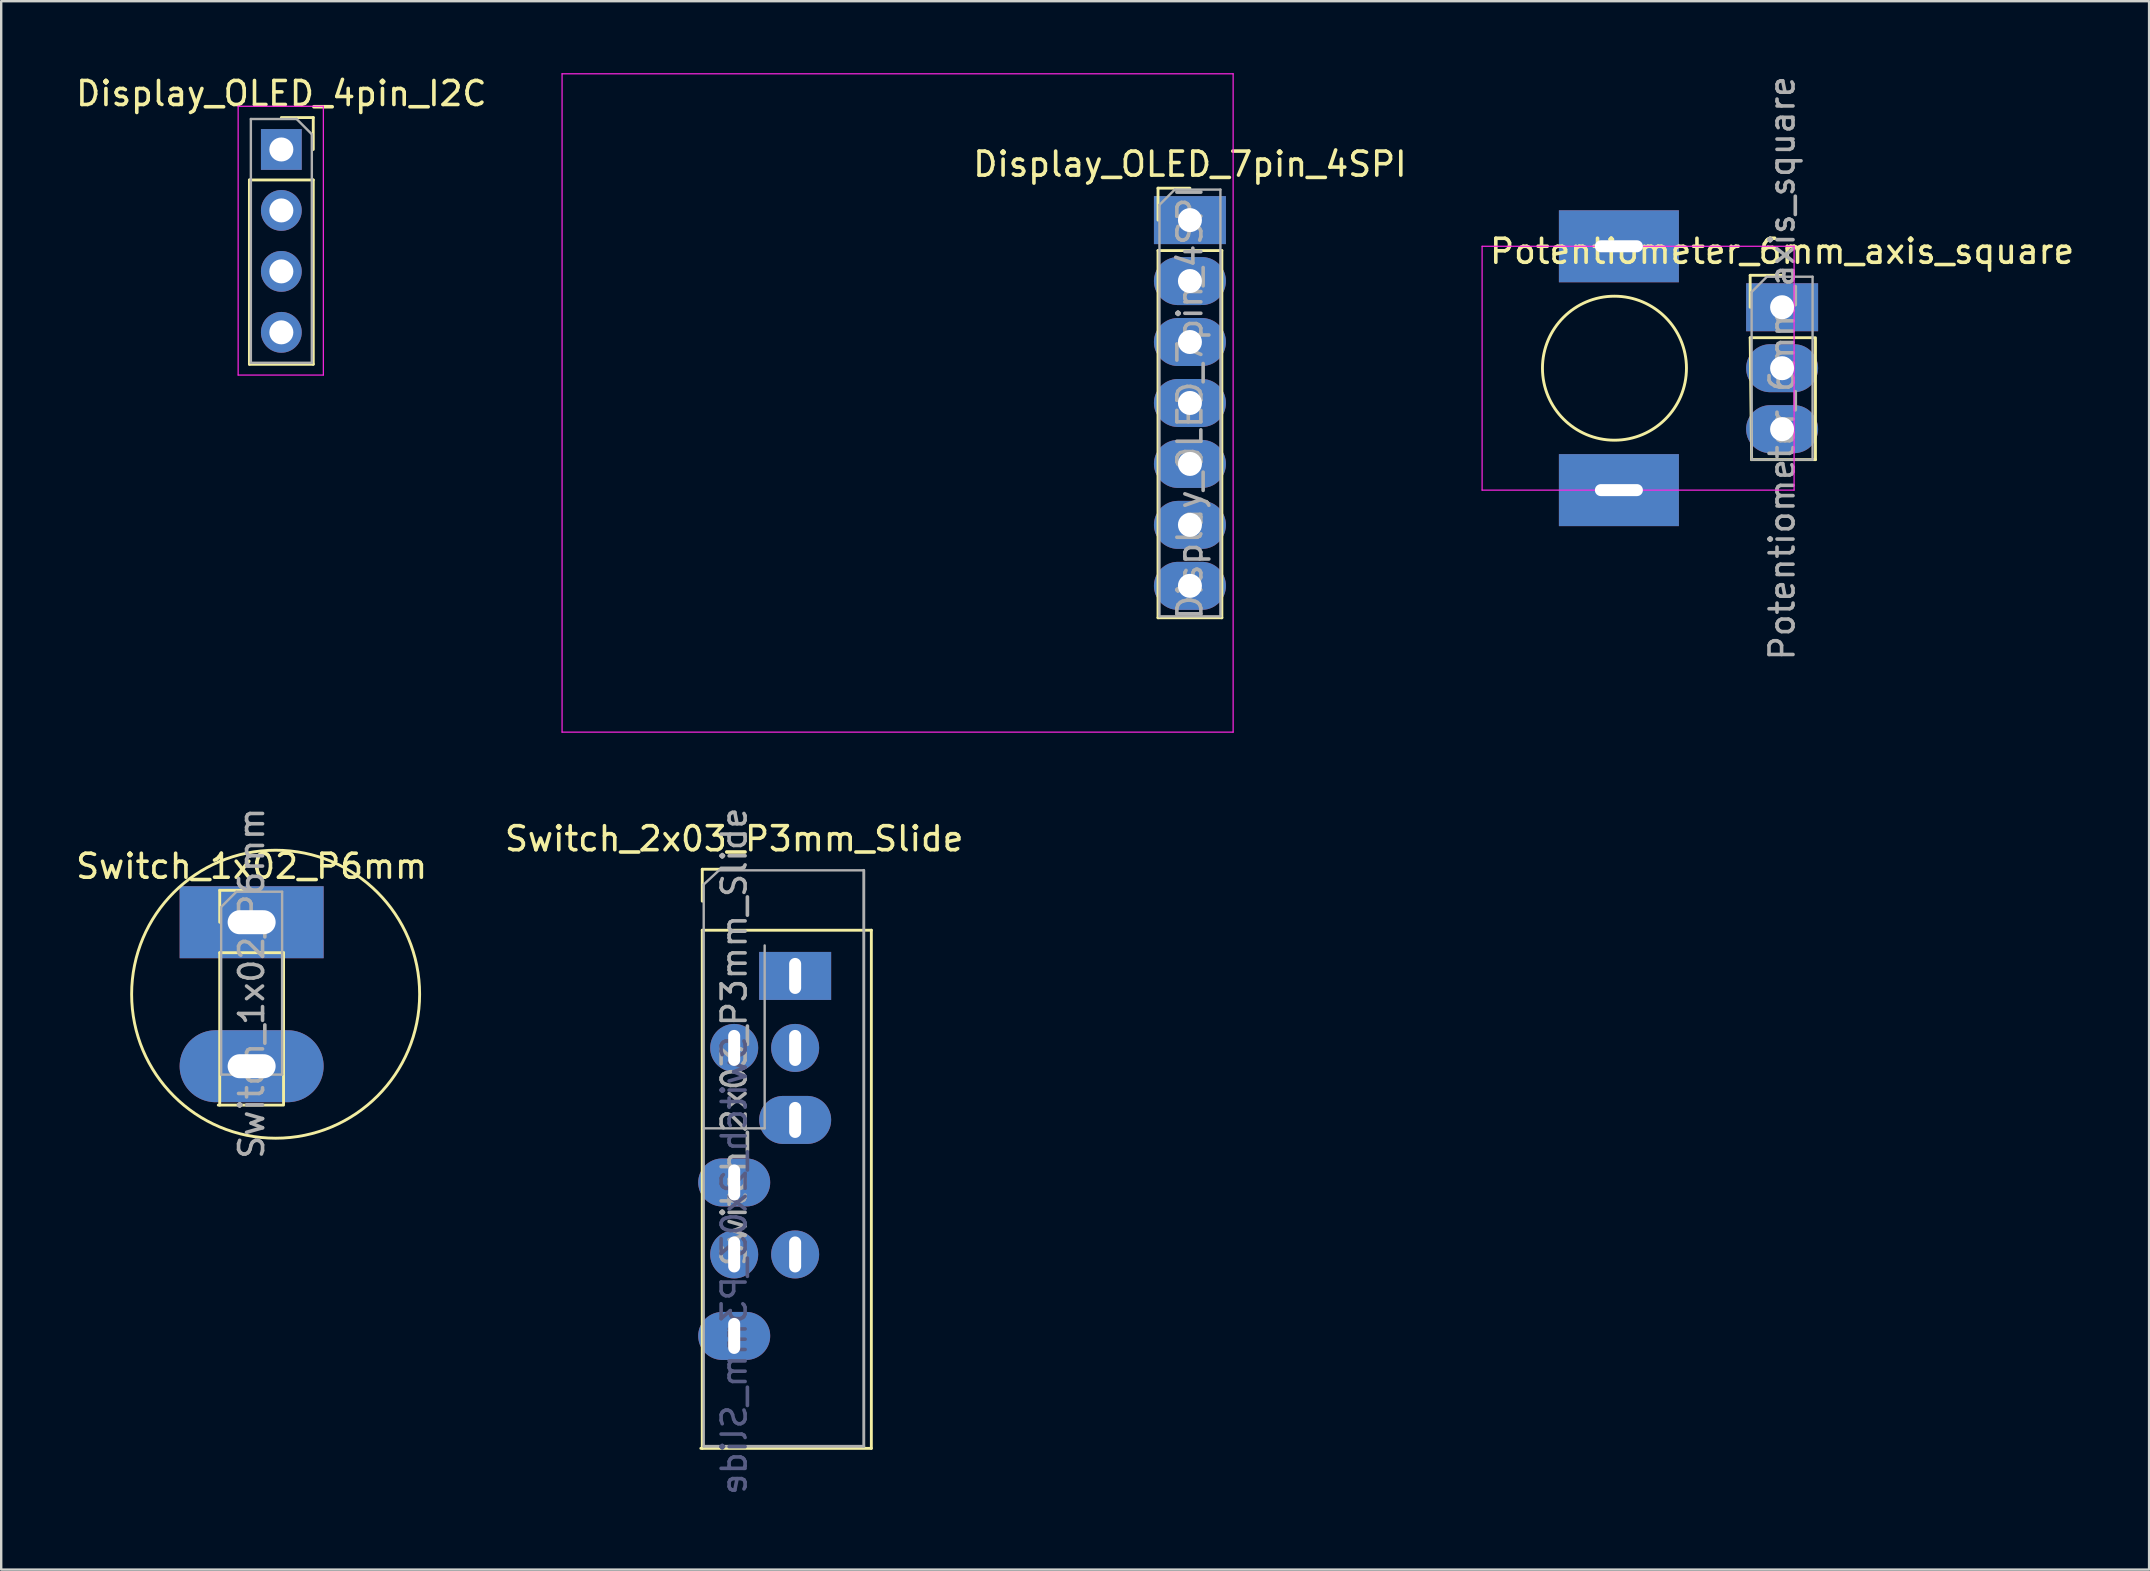
<source format=kicad_pcb>
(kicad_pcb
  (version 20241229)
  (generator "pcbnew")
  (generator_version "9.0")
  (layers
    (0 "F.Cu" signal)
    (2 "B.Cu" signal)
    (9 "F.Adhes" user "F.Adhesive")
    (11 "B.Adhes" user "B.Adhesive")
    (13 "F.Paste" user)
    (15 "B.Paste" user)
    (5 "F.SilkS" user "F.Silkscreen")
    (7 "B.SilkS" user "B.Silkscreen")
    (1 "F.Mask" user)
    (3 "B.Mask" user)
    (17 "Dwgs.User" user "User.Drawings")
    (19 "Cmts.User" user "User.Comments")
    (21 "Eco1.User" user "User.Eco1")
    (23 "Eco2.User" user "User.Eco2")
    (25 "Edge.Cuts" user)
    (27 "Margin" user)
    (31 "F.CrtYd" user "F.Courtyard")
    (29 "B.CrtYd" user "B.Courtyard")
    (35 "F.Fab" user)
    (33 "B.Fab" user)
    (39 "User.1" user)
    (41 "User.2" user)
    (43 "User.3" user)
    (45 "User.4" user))
  (footprint "Switch_2x03_P3mm_Slide"
    (layer "F.Cu")
    (at 27.542 37.615)
    (property "Reference" "Switch_2x03_P3mm_Slide" (at 0 -5.715 0) (layer "F.SilkS") (effects (font (size 1 1) (thickness 0.15))))
    (attr through_hole)
    (fp_line (start -1.39 19.685) (end 5.715 19.685) (stroke (width 0.12) (type solid)) (layer "F.SilkS"))
    (fp_line (start -1.33 -4.445) (end 0 -4.445) (stroke (width 0.12) (type solid)) (layer "F.SilkS"))
    (fp_line (start -1.33 -3.115) (end -1.33 -4.445) (stroke (width 0.12) (type solid)) (layer "F.SilkS"))
    (fp_line (start -1.33 -1.905) (end -1.33 19.685) (stroke (width 0.12) (type solid)) (layer "F.SilkS"))
    (fp_line (start -1.33 -1.905) (end 5.715 -1.905) (stroke (width 0.12) (type solid)) (layer "F.SilkS"))
    (fp_line (start 5.715 -1.905) (end 5.715 19.685) (stroke (width 0.12) (type solid)) (layer "F.SilkS"))
    (fp_line (start -1.27 -3.81) (end -0.635 -4.4) (stroke (width 0.1) (type solid)) (layer "F.Fab"))
    (fp_line (start -1.27 19.6) (end -1.27 -3.81) (stroke (width 0.1) (type solid)) (layer "F.Fab"))
    (fp_line (start -1.27 19.6) (end 5.4 19.6) (stroke (width 0.12) (type solid)) (layer "F.Fab"))
    (fp_line (start -0.635 -4.4) (end 5.4 -4.4) (stroke (width 0.1) (type solid)) (layer "F.Fab"))
    (fp_line (start 1.27 -1.27) (end 1.27 6.35) (stroke (width 0.1) (type solid)) (layer "F.Fab"))
    (fp_line (start 1.27 6.35) (end -1.27 6.35) (stroke (width 0.1) (type solid)) (layer "F.Fab"))
    (fp_line (start 5.4 -4.4) (end 5.4 19.6) (stroke (width 0.12) (type solid)) (layer "F.Fab"))
    (fp_text user "${REFERENCE}" (at 0 12.065 270) (layer "B.Fab") (effects (font (size 1 1) (thickness 0.15)) (justify mirror)))
    (fp_text user "${REFERENCE}" (at 0 2.54 90) (layer "F.Fab") (effects (font (size 1 1) (thickness 0.15))))
    (pad "1" thru_hole rect (at 2.54 0 180) (size 3 2) (drill oval 0.5 1.5) (layers "*.Cu" "*.Mask"))
    (pad "2" thru_hole oval (at 2.54 3 90) (size 2 2) (drill oval 1.5 0.5) (layers "*.Cu" "*.Mask"))
    (pad "3" thru_hole oval (at 0 3 90) (size 2 2) (drill oval 1.5 0.5) (layers "*.Cu" "*.Mask"))
    (pad "4" thru_hole oval (at 2.54 6 90) (size 2 3) (drill oval 1.5 0.5) (layers "*.Cu" "*.Mask"))
    (pad "5" thru_hole oval (at 0 8.605 270) (size 2 3) (drill oval 1.5 0.5) (layers "*.Cu" "*.Mask"))
    (pad "6" thru_hole oval (at 0 11.605 270) (size 2 2) (drill oval 1.5 0.5) (layers "*.Cu" "*.Mask"))
    (pad "7" thru_hole oval (at 2.54 11.605 270) (size 2 2) (drill oval 1.5 0.5) (layers "*.Cu" "*.Mask"))
    (pad "8" thru_hole oval (at 0 15 270) (size 2 3) (drill oval 1.5 0.5) (layers "*.Cu" "*.Mask")))
  (footprint "Display_OLED_4pin_I2C"
    (layer "F.Cu")
    (at 8.673 3.178)
    (property "Reference" "Display_OLED_4pin_I2C" (at 0 -2.33 0) (layer "F.SilkS") (effects (font (size 1 1) (thickness 0.15))))
    (attr through_hole)
    (fp_line (start -1.33 1.27) (end -1.33 8.95) (stroke (width 0.12) (type solid)) (layer "F.SilkS"))
    (fp_line (start -1.33 1.27) (end 1.33 1.27) (stroke (width 0.12) (type solid)) (layer "F.SilkS"))
    (fp_line (start -1.33 8.95) (end 1.33 8.95) (stroke (width 0.12) (type solid)) (layer "F.SilkS"))
    (fp_line (start 0 -1.33) (end 1.33 -1.33) (stroke (width 0.12) (type solid)) (layer "F.SilkS"))
    (fp_line (start 1.33 -1.33) (end 1.33 0) (stroke (width 0.12) (type solid)) (layer "F.SilkS"))
    (fp_line (start 1.33 1.27) (end 1.33 8.95) (stroke (width 0.12) (type solid)) (layer "F.SilkS"))
    (fp_line (start -1.8 -1.8) (end 1.75 -1.8) (stroke (width 0.05) (type solid)) (layer "F.CrtYd"))
    (fp_line (start -1.8 9.4) (end -1.8 -1.8) (stroke (width 0.05) (type solid)) (layer "F.CrtYd"))
    (fp_line (start 1.75 -1.8) (end 1.75 9.4) (stroke (width 0.05) (type solid)) (layer "F.CrtYd"))
    (fp_line (start 1.75 9.4) (end -1.8 9.4) (stroke (width 0.05) (type solid)) (layer "F.CrtYd"))
    (fp_line (start -1.27 -1.27) (end 0.635 -1.27) (stroke (width 0.1) (type solid)) (layer "F.Fab"))
    (fp_line (start -1.27 8.89) (end -1.27 -1.27) (stroke (width 0.1) (type solid)) (layer "F.Fab"))
    (fp_line (start 0.635 -1.27) (end 1.27 -0.635) (stroke (width 0.1) (type solid)) (layer "F.Fab"))
    (fp_line (start 1.27 -0.635) (end 1.27 8.89) (stroke (width 0.1) (type solid)) (layer "F.Fab"))
    (fp_line (start 1.27 8.89) (end -1.27 8.89) (stroke (width 0.1) (type solid)) (layer "F.Fab"))
    (pad "1" thru_hole rect (at 0 0) (size 1.7 1.7) (drill 1) (layers "*.Cu" "*.Mask"))
    (pad "2" thru_hole oval (at 0 2.54) (size 1.7 1.7) (drill 1) (layers "*.Cu" "*.Mask"))
    (pad "3" thru_hole oval (at 0 5.08) (size 1.7 1.7) (drill 1) (layers "*.Cu" "*.Mask"))
    (pad "4" thru_hole oval (at 0 7.62) (size 1.7 1.7) (drill 1) (layers "*.Cu" "*.Mask")))
  (footprint "Potentiometer_6mm_axis_square"
    (layer "F.Cu")
    (at 71.206 9.752)
    (property "Reference" "Potentiometer_6mm_axis_square" (at 0 -2.33 0) (layer "F.SilkS") (effects (font (size 1 1) (thickness 0.15))))
    (attr through_hole)
    (fp_line (start -1.33 -1.33) (end 0 -1.33) (stroke (width 0.12) (type solid)) (layer "F.SilkS"))
    (fp_line (start -1.33 0) (end -1.33 -1.33) (stroke (width 0.12) (type solid)) (layer "F.SilkS"))
    (fp_line (start -1.33 1.27) (end -1.27 6.35) (stroke (width 0.12) (type solid)) (layer "F.SilkS"))
    (fp_line (start -1.33 1.27) (end 1.33 1.27) (stroke (width 0.12) (type solid)) (layer "F.SilkS"))
    (fp_line (start -1.27 6.35) (end 1.39 6.35) (stroke (width 0.12) (type solid)) (layer "F.SilkS"))
    (fp_line (start 1.39 1.27) (end 1.39 6.35) (stroke (width 0.12) (type solid)) (layer "F.SilkS"))
    (fp_circle (center -6.985 2.54) (end -3.985 2.54) (stroke (width 0.12) (type solid)) (fill no) (layer "F.SilkS"))
    (fp_line (start -12.5 -2.54) (end -12.5 7.62) (stroke (width 0.05) (type solid)) (layer "F.CrtYd"))
    (fp_line (start -12.5 7.62) (end 0.5 7.62) (stroke (width 0.05) (type solid)) (layer "F.CrtYd"))
    (fp_line (start 0.5 -2.54) (end -12.5 -2.54) (stroke (width 0.05) (type solid)) (layer "F.CrtYd"))
    (fp_line (start 0.5 -2.54) (end 0.5 7.62) (stroke (width 0.05) (type solid)) (layer "F.CrtYd"))
    (fp_line (start -1.27 -0.635) (end -0.635 -1.27) (stroke (width 0.1) (type solid)) (layer "F.Fab"))
    (fp_line (start -1.27 6.35) (end -1.27 -0.635) (stroke (width 0.1) (type solid)) (layer "F.Fab"))
    (fp_line (start -0.635 -1.27) (end 1.27 -1.27) (stroke (width 0.1) (type solid)) (layer "F.Fab"))
    (fp_line (start 1.27 -1.27) (end 1.27 6.35) (stroke (width 0.1) (type solid)) (layer "F.Fab"))
    (fp_line (start 1.27 6.35) (end -1.27 6.35) (stroke (width 0.1) (type solid)) (layer "F.Fab"))
    (fp_text user "${REFERENCE}" (at 0 2.54 90) (layer "F.Fab") (effects (font (size 1 1) (thickness 0.15))))
    (pad "" np_thru_hole rect (at -6.8 -2.54) (size 5 3) (drill oval 2 0.5) (layers "*.Cu" "*.Mask"))
    (pad "" np_thru_hole rect (at -6.8 7.62) (size 5 3) (drill oval 2 0.5) (layers "*.Cu" "*.Mask"))
    (pad "1" thru_hole rect (at 0 0) (size 3 2) (drill 1) (layers "*.Cu" "*.Mask"))
    (pad "2" thru_hole oval (at 0 2.54) (size 3 2) (drill 1) (layers "*.Cu" "*.Mask"))
    (pad "3" thru_hole oval (at 0 5.08) (size 3 2) (drill 1) (layers "*.Cu" "*.Mask")))
  (footprint "Switch_1x02_P6mm"
    (layer "F.Cu")
    (at 7.435 35.377)
    (property "Reference" "Switch_1x02_P6mm" (at 0 -2.33 0) (layer "F.SilkS") (effects (font (size 1 1) (thickness 0.15))))
    (attr through_hole)
    (fp_line (start -1.39 7.62) (end 1.27 7.62) (stroke (width 0.12) (type solid)) (layer "F.SilkS"))
    (fp_line (start -1.33 -1.33) (end 0 -1.33) (stroke (width 0.12) (type solid)) (layer "F.SilkS"))
    (fp_line (start -1.33 0) (end -1.33 -1.33) (stroke (width 0.12) (type solid)) (layer "F.SilkS"))
    (fp_line (start -1.33 1.27) (end -1.33 7.62) (stroke (width 0.12) (type solid)) (layer "F.SilkS"))
    (fp_line (start -1.33 1.27) (end 1.33 1.27) (stroke (width 0.12) (type solid)) (layer "F.SilkS"))
    (fp_line (start 1.33 1.27) (end 1.33 7.62) (stroke (width 0.12) (type solid)) (layer "F.SilkS"))
    (fp_circle (center 1 3) (end 7 3) (stroke (width 0.12) (type solid)) (fill no) (layer "F.SilkS"))
    (fp_line (start -1.27 -0.635) (end -0.635 -1.27) (stroke (width 0.1) (type solid)) (layer "F.Fab"))
    (fp_line (start -1.27 6.35) (end -1.27 -0.635) (stroke (width 0.1) (type solid)) (layer "F.Fab"))
    (fp_line (start -0.635 -1.27) (end 1.27 -1.27) (stroke (width 0.1) (type solid)) (layer "F.Fab"))
    (fp_line (start 1.27 -1.27) (end 1.27 6.35) (stroke (width 0.1) (type solid)) (layer "F.Fab"))
    (fp_line (start 1.27 6.35) (end -1.27 6.35) (stroke (width 0.1) (type solid)) (layer "F.Fab"))
    (fp_text user "${REFERENCE}" (at 0 2.54 90) (layer "F.Fab") (effects (font (size 1 1) (thickness 0.15))))
    (pad "1" thru_hole rect (at 0 0) (size 6 3) (drill oval 2 1) (layers "*.Cu" "*.Mask"))
    (pad "2" thru_hole oval (at 0 6) (size 6 3) (drill oval 2 1) (layers "*.Cu" "*.Mask")))
  (footprint "Display_OLED_7pin_4SPI"
    (layer "F.Cu")
    (at 46.532 6.121)
    (property "Reference" "Display_OLED_7pin_4SPI" (at 0 -2.33 0) (layer "F.SilkS") (effects (font (size 1 1) (thickness 0.15))))
    (attr through_hole)
    (fp_line (start -1.33 -1.33) (end 0 -1.33) (stroke (width 0.12) (type solid)) (layer "F.SilkS"))
    (fp_line (start -1.33 0) (end -1.33 -1.33) (stroke (width 0.12) (type solid)) (layer "F.SilkS"))
    (fp_line (start -1.33 1.27) (end -1.33 16.57) (stroke (width 0.12) (type solid)) (layer "F.SilkS"))
    (fp_line (start -1.33 1.27) (end 1.33 1.27) (stroke (width 0.12) (type solid)) (layer "F.SilkS"))
    (fp_line (start -1.33 16.57) (end 1.33 16.57) (stroke (width 0.12) (type solid)) (layer "F.SilkS"))
    (fp_line (start 1.33 1.27) (end 1.33 16.57) (stroke (width 0.12) (type solid)) (layer "F.SilkS"))
    (fp_line (start -26.162 -6.096) (end -26.162 21.336) (stroke (width 0.05) (type solid)) (layer "F.CrtYd"))
    (fp_line (start -26.162 21.336) (end 1.8 21.336) (stroke (width 0.05) (type solid)) (layer "F.CrtYd"))
    (fp_line (start 1.8 -6.096) (end -26.162 -6.096) (stroke (width 0.05) (type solid)) (layer "F.CrtYd"))
    (fp_line (start 1.8 21.336) (end 1.8 -6.096) (stroke (width 0.05) (type solid)) (layer "F.CrtYd"))
    (fp_line (start -1.27 -0.635) (end -0.635 -1.27) (stroke (width 0.1) (type solid)) (layer "F.Fab"))
    (fp_line (start -1.27 16.51) (end -1.27 -0.635) (stroke (width 0.1) (type solid)) (layer "F.Fab"))
    (fp_line (start -0.635 -1.27) (end 1.27 -1.27) (stroke (width 0.1) (type solid)) (layer "F.Fab"))
    (fp_line (start 1.27 -1.27) (end 1.27 16.51) (stroke (width 0.1) (type solid)) (layer "F.Fab"))
    (fp_line (start 1.27 16.51) (end -1.27 16.51) (stroke (width 0.1) (type solid)) (layer "F.Fab"))
    (fp_text user "${REFERENCE}" (at 0 7.62 90) (layer "F.Fab") (effects (font (size 1 1) (thickness 0.15))))
    (pad "1" thru_hole rect (at 0 0) (size 3 2) (drill 1) (layers "*.Cu" "*.Mask"))
    (pad "2" thru_hole oval (at 0 2.54) (size 3 2) (drill 1) (layers "*.Cu" "*.Mask"))
    (pad "3" thru_hole oval (at 0 5.08) (size 3 2) (drill 1) (layers "*.Cu" "*.Mask"))
    (pad "4" thru_hole oval (at 0 7.62) (size 3 2) (drill 1) (layers "*.Cu" "*.Mask"))
    (pad "5" thru_hole oval (at 0 10.16) (size 3 2) (drill 1) (layers "*.Cu" "*.Mask"))
    (pad "6" thru_hole oval (at 0 12.7) (size 3 2) (drill 1) (layers "*.Cu" "*.Mask"))
    (pad "7" thru_hole oval (at 0 15.24) (size 3 2) (drill 1) (layers "*.Cu" "*.Mask")))
  (gr_rect
    (start -3 -3)
    (end 86.498 62.352)
    (stroke (width 0.1) (type default))
    (fill no)
    (layer "Edge.Cuts")))
</source>
